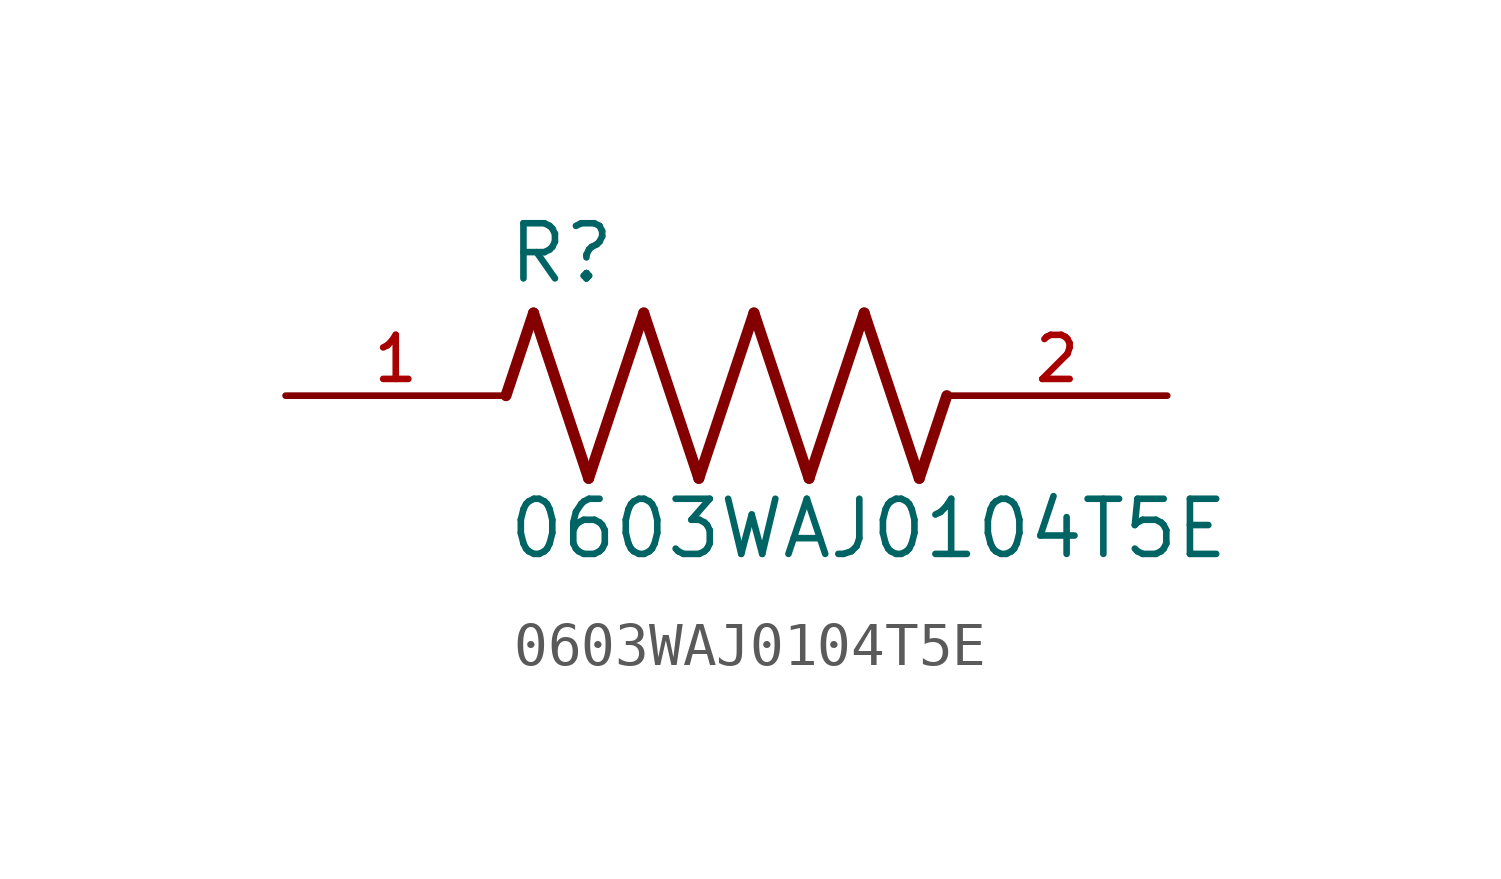
<source format=kicad_sym>
(kicad_symbol_lib
  (version 20211014)
  (generator kicad_symbol_editor)
  (symbol "0603WAJ0104T5E"
    (pin_names
      (offset 1.016))
    (property "Reference" "R"
      (at -5.08 2.54 0)
      (effects (font (size 1.27 1.27)) (justify bottom left)))
    (property "Value" "0603WAJ0104T5E"
      (at -5.08 -3.81 0)
      (effects (font (size 1.27 1.27)) (justify bottom left)))
    (symbol "0603WAJ0104T5E_0_0"
      (polyline (pts (xy -5.08 0.0) (xy -4.445 1.905)) (stroke (width 0.254)))
      (polyline (pts (xy -4.445 1.905) (xy -3.175 -1.905)) (stroke (width 0.254)))
      (polyline (pts (xy -3.175 -1.905) (xy -1.905 1.905)) (stroke (width 0.254)))
      (polyline (pts (xy -1.905 1.905) (xy -0.635 -1.905)) (stroke (width 0.254)))
      (polyline (pts (xy -0.635 -1.905) (xy 0.635 1.905)) (stroke (width 0.254)))
      (polyline (pts (xy 0.635 1.905) (xy 1.905 -1.905)) (stroke (width 0.254)))
      (polyline (pts (xy 1.905 -1.905) (xy 3.175 1.905)) (stroke (width 0.254)))
      (polyline (pts (xy 3.175 1.905) (xy 4.445 -1.905)) (stroke (width 0.254)))
      (polyline (pts (xy 4.445 -1.905) (xy 5.08 0.0)) (stroke (width 0.254)))
      (pin passive line (at -10.16 0.0 0) (length 5.08) (name "~" (effects (font (size 1.016 1.016)))) (number "1" (effects (font (size 1.016 1.016)))))
      (pin passive line (at 10.16 0.0 180.0) (length 5.08) (name "~" (effects (font (size 1.016 1.016)))) (number "2" (effects (font (size 1.016 1.016))))))))
</source>
